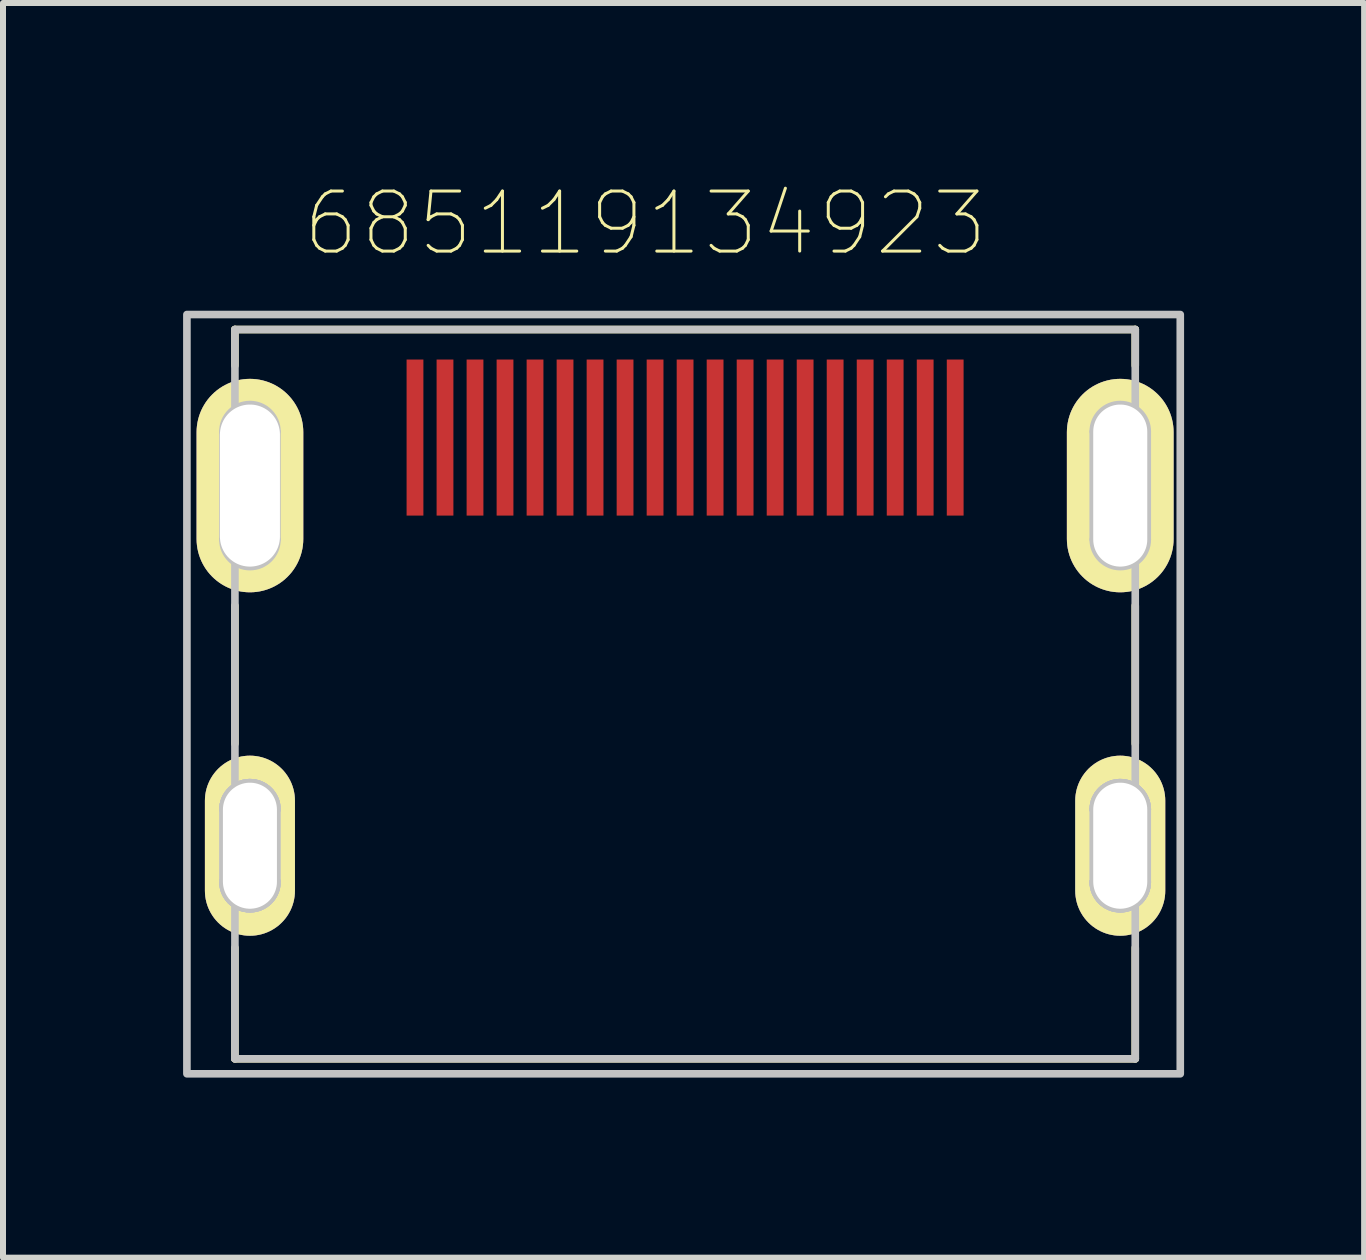
<source format=kicad_pcb>
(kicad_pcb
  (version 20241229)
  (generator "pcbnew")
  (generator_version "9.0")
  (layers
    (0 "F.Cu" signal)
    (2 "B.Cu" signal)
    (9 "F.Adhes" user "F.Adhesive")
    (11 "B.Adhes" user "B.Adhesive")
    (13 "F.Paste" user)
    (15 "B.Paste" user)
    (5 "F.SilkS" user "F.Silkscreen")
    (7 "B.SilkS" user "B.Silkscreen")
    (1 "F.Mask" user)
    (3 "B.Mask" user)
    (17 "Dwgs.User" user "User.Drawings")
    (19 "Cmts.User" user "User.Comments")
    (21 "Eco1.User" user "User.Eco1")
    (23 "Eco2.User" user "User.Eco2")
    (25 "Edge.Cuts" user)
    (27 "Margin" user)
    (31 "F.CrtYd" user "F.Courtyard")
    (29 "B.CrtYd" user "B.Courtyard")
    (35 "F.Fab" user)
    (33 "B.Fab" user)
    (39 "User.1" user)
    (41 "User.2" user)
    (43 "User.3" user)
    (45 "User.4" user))
  (footprint "685119134923"
    (layer "F.Cu")
    (at 8.364 4.24)
    (property "Reference" "685119134923" (at -0.662 -3.567 0) (layer "F.SilkS") (effects (font (size 1 1) (thickness 0.05))))
    (attr smd)
    (fp_line (start -7.5 -1.8) (end 7.5 -1.8) (stroke (width 0.127) (type solid)) (layer "F.SilkS"))
    (fp_line (start -7.5 -1.2) (end -7.5 -1.8) (stroke (width 0.127) (type solid)) (layer "F.SilkS"))
    (fp_line (start -7.5 2.8) (end -7.5 5.1) (stroke (width 0.127) (type solid)) (layer "F.SilkS"))
    (fp_line (start -7.5 8.5) (end -7.5 10.35) (stroke (width 0.127) (type solid)) (layer "F.SilkS"))
    (fp_line (start -7.5 10.35) (end 7.5 10.35) (stroke (width 0.127) (type solid)) (layer "F.SilkS"))
    (fp_line (start 7.5 -1.8) (end 7.5 -1.2) (stroke (width 0.127) (type solid)) (layer "F.SilkS"))
    (fp_line (start 7.5 2.8) (end 7.5 5.1) (stroke (width 0.127) (type solid)) (layer "F.SilkS"))
    (fp_line (start 7.5 10.35) (end 7.5 8.5) (stroke (width 0.127) (type solid)) (layer "F.SilkS"))
    (fp_line (start -7.7 -0.1) (end -7.7 1.7) (stroke (width 0.127) (type solid)) (layer "Dwgs.User"))
    (fp_line (start -7.7 6.2) (end -7.7 7.4) (stroke (width 0.127) (type solid)) (layer "Dwgs.User"))
    (fp_line (start -7.5 -1.8) (end 7.5 -1.8) (stroke (width 0.127) (type solid)) (layer "Dwgs.User"))
    (fp_line (start -7.5 10.35) (end -7.5 -1.8) (stroke (width 0.127) (type solid)) (layer "Dwgs.User"))
    (fp_line (start -6.8 1.7) (end -6.8 -0.1) (stroke (width 0.127) (type solid)) (layer "Dwgs.User"))
    (fp_line (start -6.8 7.4) (end -6.8 6.2) (stroke (width 0.127) (type solid)) (layer "Dwgs.User"))
    (fp_line (start 6.8 -0.1) (end 6.8 1.7) (stroke (width 0.127) (type solid)) (layer "Dwgs.User"))
    (fp_line (start 6.8 6.2) (end 6.8 7.4) (stroke (width 0.127) (type solid)) (layer "Dwgs.User"))
    (fp_line (start 7.5 -1.8) (end 7.5 10.35) (stroke (width 0.127) (type solid)) (layer "Dwgs.User"))
    (fp_line (start 7.5 10.35) (end -7.5 10.35) (stroke (width 0.127) (type solid)) (layer "Dwgs.User"))
    (fp_line (start 7.7 1.7) (end 7.7 -0.1) (stroke (width 0.127) (type solid)) (layer "Dwgs.User"))
    (fp_line (start 7.7 7.4) (end 7.7 6.2) (stroke (width 0.127) (type solid)) (layer "Dwgs.User"))
    (fp_arc (start -7.7 -0.1) (mid -7.25 -0.55) (end -6.8 -0.1) (stroke (width 0.127) (type solid)) (layer "Dwgs.User"))
    (fp_arc (start -7.7 6.2) (mid -7.25 5.75) (end -6.8 6.2) (stroke (width 0.127) (type solid)) (layer "Dwgs.User"))
    (fp_arc (start -7.7 6.2) (mid -7.25 5.75) (end -6.8 6.2) (stroke (width 0.127) (type solid)) (layer "Dwgs.User"))
    (fp_arc (start -7.7 6.2) (mid -7.25 5.75) (end -6.8 6.2) (stroke (width 0.127) (type solid)) (layer "Dwgs.User"))
    (fp_arc (start -7.7 6.2) (mid -7.25 5.75) (end -6.8 6.2) (stroke (width 0.127) (type solid)) (layer "Dwgs.User"))
    (fp_arc (start -6.8 1.7) (mid -7.25 2.15) (end -7.7 1.7) (stroke (width 0.127) (type solid)) (layer "Dwgs.User"))
    (fp_arc (start -6.8 7.4) (mid -7.25 7.85) (end -7.7 7.4) (stroke (width 0.127) (type solid)) (layer "Dwgs.User"))
    (fp_arc (start -6.8 7.4) (mid -7.25 7.85) (end -7.7 7.4) (stroke (width 0.127) (type solid)) (layer "Dwgs.User"))
    (fp_arc (start -6.8 7.4) (mid -7.25 7.85) (end -7.7 7.4) (stroke (width 0.127) (type solid)) (layer "Dwgs.User"))
    (fp_arc (start -6.8 7.4) (mid -7.25 7.85) (end -7.7 7.4) (stroke (width 0.127) (type solid)) (layer "Dwgs.User"))
    (fp_arc (start 6.8 -0.1) (mid 7.25 -0.55) (end 7.7 -0.1) (stroke (width 0.127) (type solid)) (layer "Dwgs.User"))
    (fp_arc (start 6.8 6.2) (mid 7.25 5.75) (end 7.7 6.2) (stroke (width 0.127) (type solid)) (layer "Dwgs.User"))
    (fp_arc (start 6.8 6.2) (mid 7.25 5.75) (end 7.7 6.2) (stroke (width 0.127) (type solid)) (layer "Dwgs.User"))
    (fp_arc (start 6.8 6.2) (mid 7.25 5.75) (end 7.7 6.2) (stroke (width 0.127) (type solid)) (layer "Dwgs.User"))
    (fp_arc (start 6.8 6.2) (mid 7.25 5.75) (end 7.7 6.2) (stroke (width 0.127) (type solid)) (layer "Dwgs.User"))
    (fp_arc (start 7.7 1.7) (mid 7.25 2.15) (end 6.8 1.7) (stroke (width 0.127) (type solid)) (layer "Dwgs.User"))
    (fp_arc (start 7.7 7.4) (mid 7.25 7.85) (end 6.8 7.4) (stroke (width 0.127) (type solid)) (layer "Dwgs.User"))
    (fp_arc (start 7.7 7.4) (mid 7.25 7.85) (end 6.8 7.4) (stroke (width 0.127) (type solid)) (layer "Dwgs.User"))
    (fp_arc (start 7.7 7.4) (mid 7.25 7.85) (end 6.8 7.4) (stroke (width 0.127) (type solid)) (layer "Dwgs.User"))
    (fp_arc (start 7.7 7.4) (mid 7.25 7.85) (end 6.8 7.4) (stroke (width 0.127) (type solid)) (layer "Dwgs.User"))
    (fp_poly (pts (xy -8.3 -2.05) (xy 8.25 -2.05) (xy 8.25 10.6) (xy -8.3 10.6)) (stroke (width 0.127) (type solid)) (fill no) (layer "Dwgs.User"))
    (pad "1" smd rect (at 4.5 0 180) (size 0.28 2.6) (layers "F.Cu" "F.Mask" "F.Paste"))
    (pad "2" smd rect (at 4 0 180) (size 0.28 2.6) (layers "F.Cu" "F.Mask" "F.Paste"))
    (pad "3" smd rect (at 3.5 0 180) (size 0.28 2.6) (layers "F.Cu" "F.Mask" "F.Paste"))
    (pad "4" smd rect (at 3 0 180) (size 0.28 2.6) (layers "F.Cu" "F.Mask" "F.Paste"))
    (pad "5" smd rect (at 2.5 0 180) (size 0.28 2.6) (layers "F.Cu" "F.Mask" "F.Paste"))
    (pad "6" smd rect (at 2 0 180) (size 0.28 2.6) (layers "F.Cu" "F.Mask" "F.Paste"))
    (pad "7" smd rect (at 1.5 0 180) (size 0.28 2.6) (layers "F.Cu" "F.Mask" "F.Paste"))
    (pad "8" smd rect (at 1 0 180) (size 0.28 2.6) (layers "F.Cu" "F.Mask" "F.Paste"))
    (pad "9" smd rect (at 0.5 0 180) (size 0.28 2.6) (layers "F.Cu" "F.Mask" "F.Paste"))
    (pad "10" smd rect (at 0 0 180) (size 0.28 2.6) (layers "F.Cu" "F.Mask" "F.Paste"))
    (pad "11" smd rect (at -0.5 0 180) (size 0.28 2.6) (layers "F.Cu" "F.Mask" "F.Paste"))
    (pad "12" smd rect (at -1 0 180) (size 0.28 2.6) (layers "F.Cu" "F.Mask" "F.Paste"))
    (pad "13" smd rect (at -1.5 0 180) (size 0.28 2.6) (layers "F.Cu" "F.Mask" "F.Paste"))
    (pad "14" smd rect (at -2 0 180) (size 0.28 2.6) (layers "F.Cu" "F.Mask" "F.Paste"))
    (pad "15" smd rect (at -2.5 0 180) (size 0.28 2.6) (layers "F.Cu" "F.Mask" "F.Paste"))
    (pad "16" smd rect (at -3 0 180) (size 0.28 2.6) (layers "F.Cu" "F.Mask" "F.Paste"))
    (pad "17" smd rect (at -3.5 0 180) (size 0.28 2.6) (layers "F.Cu" "F.Mask" "F.Paste"))
    (pad "18" smd rect (at -4 0 180) (size 0.28 2.6) (layers "F.Cu" "F.Mask" "F.Paste"))
    (pad "19" smd rect (at -4.5 0 180) (size 0.28 2.6) (layers "F.Cu" "F.Mask" "F.Paste"))
    (pad "SHEL" thru_hole oval (at -7.25 0.8 90) (size 3.556 1.778) (drill oval 2.7 1) (layers "*.Cu" "*.Mask" "F.SilkS"))
    (pad "SHEL" thru_hole oval (at -7.25 6.8 90) (size 3 1.5) (drill oval 2.1 0.9) (layers "*.Cu" "*.Mask" "F.SilkS"))
    (pad "SHEL" thru_hole oval (at 7.25 0.8 90) (size 3.556 1.778) (drill oval 2.7 0.9) (layers "*.Cu" "*.Mask" "F.SilkS"))
    (pad "SHEL" thru_hole oval (at 7.25 6.8 90) (size 3 1.5) (drill oval 2.1 0.9) (layers "*.Cu" "*.Mask" "F.SilkS")))
  (gr_rect
    (start -3 -3)
    (end 19.677 17.903)
    (stroke (width 0.1) (type default))
    (fill no)
    (layer "Edge.Cuts")))
</source>
